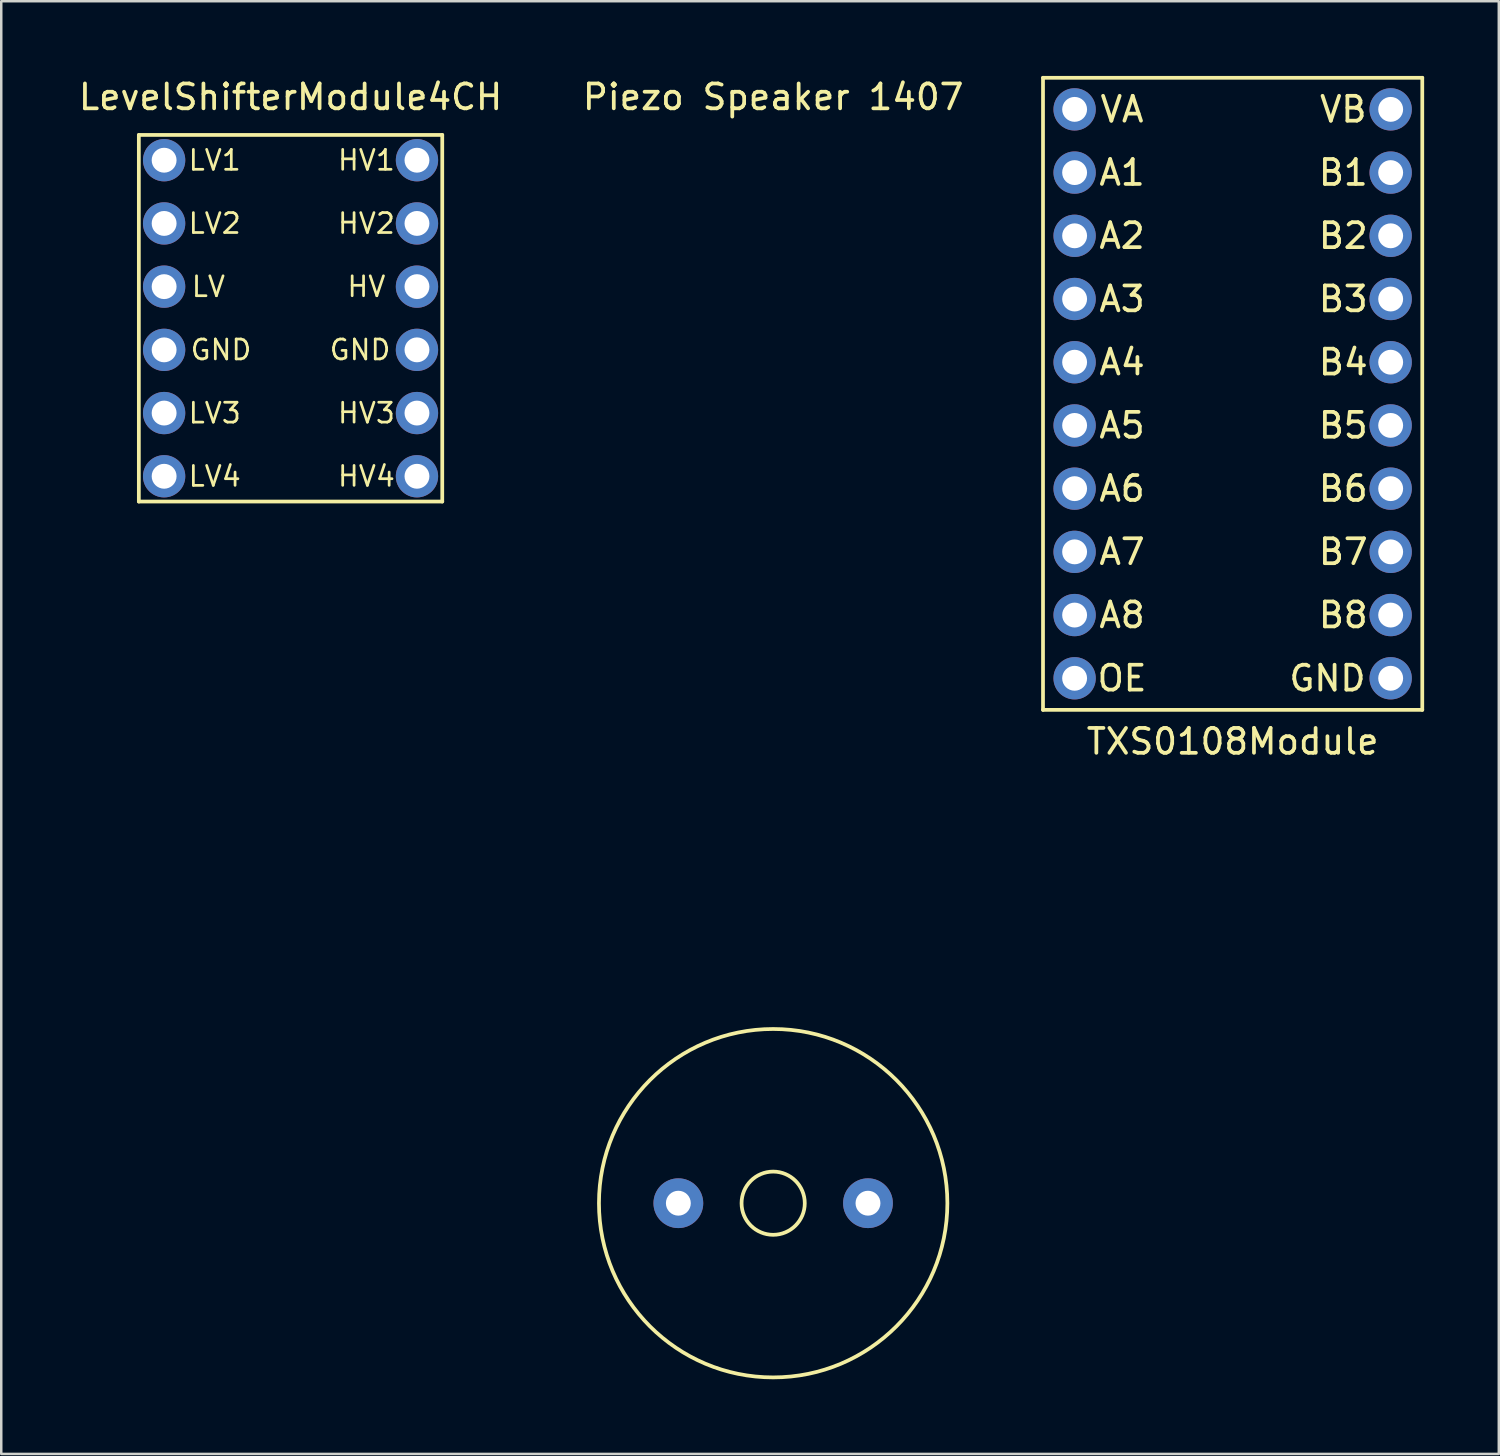
<source format=kicad_pcb>
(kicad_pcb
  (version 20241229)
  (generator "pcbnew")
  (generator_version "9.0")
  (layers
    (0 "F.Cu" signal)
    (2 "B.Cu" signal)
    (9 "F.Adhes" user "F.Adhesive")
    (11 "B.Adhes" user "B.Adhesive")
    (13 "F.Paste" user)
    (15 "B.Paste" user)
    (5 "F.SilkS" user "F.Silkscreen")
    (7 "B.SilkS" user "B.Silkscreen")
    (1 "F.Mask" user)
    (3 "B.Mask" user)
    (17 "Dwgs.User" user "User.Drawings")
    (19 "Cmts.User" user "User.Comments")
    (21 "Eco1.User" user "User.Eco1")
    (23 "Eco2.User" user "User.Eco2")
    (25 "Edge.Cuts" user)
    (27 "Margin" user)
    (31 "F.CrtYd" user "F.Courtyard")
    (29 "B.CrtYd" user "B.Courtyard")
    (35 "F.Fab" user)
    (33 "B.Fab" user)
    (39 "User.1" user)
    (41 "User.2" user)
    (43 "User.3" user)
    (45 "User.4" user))
  (footprint "LevelShifterModule4CH"
    (layer "F.Cu")
    (at 8.625 11.008)
    (property "Reference" "LevelShifterModule4CH" (at 0 -10.16 0) (layer "F.SilkS") (effects (font (size 1 1) (thickness 0.15))))
    (attr through_hole)
    (fp_line (start -6.096 -8.636) (end 6.096 -8.636) (stroke (width 0.15) (type solid)) (layer "F.SilkS"))
    (fp_line (start -6.096 6.096) (end -6.096 -8.636) (stroke (width 0.15) (type solid)) (layer "F.SilkS"))
    (fp_line (start 6.096 -8.636) (end 6.096 6.096) (stroke (width 0.15) (type solid)) (layer "F.SilkS"))
    (fp_line (start 6.096 6.096) (end -6.096 6.096) (stroke (width 0.15) (type solid)) (layer "F.SilkS"))
    (fp_text user "LV" (at -3.302 -2.54 0) (unlocked yes) (layer "F.SilkS") (effects (font (size 0.8 0.8) (thickness 0.11))))
    (fp_text user "HV2" (at 3.048 -5.08 0) (unlocked yes) (layer "F.SilkS") (effects (font (size 0.8 0.8) (thickness 0.11))))
    (fp_text user "LV3" (at -3.048 2.54 0) (unlocked yes) (layer "F.SilkS") (effects (font (size 0.8 0.8) (thickness 0.11))))
    (fp_text user "LV1" (at -3.048 -7.62 0) (unlocked yes) (layer "F.SilkS") (effects (font (size 0.8 0.8) (thickness 0.11))))
    (fp_text user "GND" (at 2.794 0 0) (unlocked yes) (layer "F.SilkS") (effects (font (size 0.8 0.8) (thickness 0.11))))
    (fp_text user "GND" (at -2.794 0 0) (unlocked yes) (layer "F.SilkS") (effects (font (size 0.8 0.8) (thickness 0.11))))
    (fp_text user "HV" (at 3.048 -2.54 0) (unlocked yes) (layer "F.SilkS") (effects (font (size 0.8 0.8) (thickness 0.11))))
    (fp_text user "HV1" (at 3.048 -7.62 0) (unlocked yes) (layer "F.SilkS") (effects (font (size 0.8 0.8) (thickness 0.11))))
    (fp_text user "HV4" (at 3.048 5.08 0) (unlocked yes) (layer "F.SilkS") (effects (font (size 0.8 0.8) (thickness 0.11))))
    (fp_text user "LV2" (at -3.048 -5.08 0) (unlocked yes) (layer "F.SilkS") (effects (font (size 0.8 0.8) (thickness 0.11))))
    (fp_text user "LV4" (at -3.048 5.08 0) (unlocked yes) (layer "F.SilkS") (effects (font (size 0.8 0.8) (thickness 0.11))))
    (fp_text user "HV3" (at 3.048 2.54 0) (unlocked yes) (layer "F.SilkS") (effects (font (size 0.8 0.8) (thickness 0.11))))
    (pad "1" thru_hole circle (at -5.08 -7.62) (size 1.7 1.7) (drill 1) (layers "*.Cu" "*.Mask"))
    (pad "2" thru_hole circle (at -5.08 -5.08) (size 1.7 1.7) (drill 1) (layers "*.Cu" "*.Mask"))
    (pad "3" thru_hole circle (at -5.08 -2.54) (size 1.7 1.7) (drill 1) (layers "*.Cu" "*.Mask"))
    (pad "4" thru_hole circle (at -5.08 0) (size 1.7 1.7) (drill 1) (layers "*.Cu" "*.Mask"))
    (pad "5" thru_hole circle (at -5.08 2.54) (size 1.7 1.7) (drill 1) (layers "*.Cu" "*.Mask"))
    (pad "6" thru_hole circle (at -5.08 5.08) (size 1.7 1.7) (drill 1) (layers "*.Cu" "*.Mask"))
    (pad "7" thru_hole circle (at 5.08 5.08) (size 1.7 1.7) (drill 1) (layers "*.Cu" "*.Mask"))
    (pad "8" thru_hole circle (at 5.08 2.54) (size 1.7 1.7) (drill 1) (layers "*.Cu" "*.Mask"))
    (pad "9" thru_hole circle (at 5.08 0) (size 1.7 1.7) (drill 1) (layers "*.Cu" "*.Mask"))
    (pad "10" thru_hole circle (at 5.08 -2.54) (size 1.7 1.7) (drill 1) (layers "*.Cu" "*.Mask"))
    (pad "11" thru_hole circle (at 5.08 -5.08) (size 1.7 1.7) (drill 1) (layers "*.Cu" "*.Mask"))
    (pad "12" thru_hole circle (at 5.08 -7.62) (size 1.7 1.7) (drill 1) (layers "*.Cu" "*.Mask")))
  (footprint "TXS0108Module"
    (layer "F.Cu")
    (at 46.481 14.045)
    (property "Reference" "TXS0108Module" (at 0 12.7 0) (layer "F.SilkS") (effects (font (size 1 1) (thickness 0.15))))
    (attr through_hole)
    (fp_line (start -7.62 -13.97) (end -7.62 11.43) (stroke (width 0.15) (type solid)) (layer "F.SilkS"))
    (fp_line (start -7.62 11.43) (end 7.62 11.43) (stroke (width 0.15) (type solid)) (layer "F.SilkS"))
    (fp_line (start 7.62 -13.97) (end -7.62 -13.97) (stroke (width 0.15) (type solid)) (layer "F.SilkS"))
    (fp_line (start 7.62 11.43) (end 7.62 -13.97) (stroke (width 0.15) (type solid)) (layer "F.SilkS"))
    (fp_text user "A6" (at -4.445 2.54 0) (unlocked yes) (layer "F.SilkS") (effects (font (size 1 1) (thickness 0.15))))
    (fp_text user "A8" (at -4.445 7.62 0) (unlocked yes) (layer "F.SilkS") (effects (font (size 1 1) (thickness 0.15))))
    (fp_text user "A1" (at -4.445 -10.16 0) (unlocked yes) (layer "F.SilkS") (effects (font (size 1 1) (thickness 0.15))))
    (fp_text user "GND" (at 3.81 10.16 0) (unlocked yes) (layer "F.SilkS") (effects (font (size 1 1) (thickness 0.15))))
    (fp_text user "B2" (at 4.445 -7.62 0) (unlocked yes) (layer "F.SilkS") (effects (font (size 1 1) (thickness 0.15))))
    (fp_text user "B7" (at 4.445 5.08 0) (unlocked yes) (layer "F.SilkS") (effects (font (size 1 1) (thickness 0.15))))
    (fp_text user "A3" (at -4.445 -5.08 0) (unlocked yes) (layer "F.SilkS") (effects (font (size 1 1) (thickness 0.15))))
    (fp_text user "A4" (at -4.445 -2.54 0) (unlocked yes) (layer "F.SilkS") (effects (font (size 1 1) (thickness 0.15))))
    (fp_text user "VA" (at -4.445 -12.7 0) (unlocked yes) (layer "F.SilkS") (effects (font (size 1 1) (thickness 0.15))))
    (fp_text user "B8" (at 4.445 7.62 0) (unlocked yes) (layer "F.SilkS") (effects (font (size 1 1) (thickness 0.15))))
    (fp_text user "B1" (at 4.445 -10.16 0) (unlocked yes) (layer "F.SilkS") (effects (font (size 1 1) (thickness 0.15))))
    (fp_text user "B6" (at 4.445 2.54 0) (unlocked yes) (layer "F.SilkS") (effects (font (size 1 1) (thickness 0.15))))
    (fp_text user "OE" (at -4.445 10.16 0) (unlocked yes) (layer "F.SilkS") (effects (font (size 1 1) (thickness 0.15))))
    (fp_text user "A5" (at -4.445 0 0) (unlocked yes) (layer "F.SilkS") (effects (font (size 1 1) (thickness 0.15))))
    (fp_text user "VB" (at 4.445 -12.7 0) (unlocked yes) (layer "F.SilkS") (effects (font (size 1 1) (thickness 0.15))))
    (fp_text user "B3" (at 4.445 -5.08 0) (unlocked yes) (layer "F.SilkS") (effects (font (size 1 1) (thickness 0.15))))
    (fp_text user "A7" (at -4.445 5.08 0) (unlocked yes) (layer "F.SilkS") (effects (font (size 1 1) (thickness 0.15))))
    (fp_text user "B5" (at 4.445 0 0) (unlocked yes) (layer "F.SilkS") (effects (font (size 1 1) (thickness 0.15))))
    (fp_text user "A2" (at -4.445 -7.62 0) (unlocked yes) (layer "F.SilkS") (effects (font (size 1 1) (thickness 0.15))))
    (fp_text user "B4" (at 4.445 -2.54 0) (unlocked yes) (layer "F.SilkS") (effects (font (size 1 1) (thickness 0.15))))
    (pad "1" thru_hole circle (at -6.35 -10.16) (size 1.7 1.7) (drill 1) (layers "*.Cu" "*.Mask"))
    (pad "2" thru_hole circle (at -6.35 -12.7) (size 1.7 1.7) (drill 1) (layers "*.Cu" "*.Mask"))
    (pad "3" thru_hole circle (at -6.35 -7.62) (size 1.7 1.7) (drill 1) (layers "*.Cu" "*.Mask"))
    (pad "4" thru_hole circle (at -6.35 -5.08) (size 1.7 1.7) (drill 1) (layers "*.Cu" "*.Mask"))
    (pad "5" thru_hole circle (at -6.35 -2.54) (size 1.7 1.7) (drill 1) (layers "*.Cu" "*.Mask"))
    (pad "6" thru_hole circle (at -6.35 0) (size 1.7 1.7) (drill 1) (layers "*.Cu" "*.Mask"))
    (pad "7" thru_hole circle (at -6.35 2.54) (size 1.7 1.7) (drill 1) (layers "*.Cu" "*.Mask"))
    (pad "8" thru_hole circle (at -6.35 5.08) (size 1.7 1.7) (drill 1) (layers "*.Cu" "*.Mask"))
    (pad "9" thru_hole circle (at -6.35 7.62) (size 1.7 1.7) (drill 1) (layers "*.Cu" "*.Mask"))
    (pad "10" thru_hole circle (at -6.35 10.16) (size 1.7 1.7) (drill 1) (layers "*.Cu" "*.Mask"))
    (pad "11" thru_hole circle (at 6.35 10.16) (size 1.7 1.7) (drill 1) (layers "*.Cu" "*.Mask"))
    (pad "12" thru_hole circle (at 6.35 7.62) (size 1.7 1.7) (drill 1) (layers "*.Cu" "*.Mask"))
    (pad "13" thru_hole circle (at 6.35 5.08) (size 1.7 1.7) (drill 1) (layers "*.Cu" "*.Mask"))
    (pad "14" thru_hole circle (at 6.35 2.54) (size 1.7 1.7) (drill 1) (layers "*.Cu" "*.Mask"))
    (pad "15" thru_hole circle (at 6.35 0) (size 1.7 1.7) (drill 1) (layers "*.Cu" "*.Mask"))
    (pad "16" thru_hole circle (at 6.35 -2.54) (size 1.7 1.7) (drill 1) (layers "*.Cu" "*.Mask"))
    (pad "17" thru_hole circle (at 6.35 -5.08) (size 1.7 1.7) (drill 1) (layers "*.Cu" "*.Mask"))
    (pad "18" thru_hole circle (at 6.35 -7.62) (size 1.7 1.7) (drill 1) (layers "*.Cu" "*.Mask"))
    (pad "19" thru_hole circle (at 6.35 -12.7) (size 1.7 1.7) (drill 1) (layers "*.Cu" "*.Mask"))
    (pad "20" thru_hole circle (at 6.35 -10.16) (size 1.7 1.7) (drill 1) (layers "*.Cu" "*.Mask")))
  (footprint "Piezo Speaker 1407"
    (layer "F.Cu")
    (at 28.018 45.298)
    (property "Reference" "Piezo Speaker 1407" (at 0 -44.45 0) (layer "F.SilkS") (effects (font (size 1 1) (thickness 0.15))))
    (attr through_hole)
    (fp_circle (center 0 0) (end 1.27 0) (stroke (width 0.15) (type solid)) (fill no) (layer "F.SilkS"))
    (fp_circle (center 0 0) (end 7 0) (stroke (width 0.15) (type solid)) (fill no) (layer "F.SilkS"))
    (pad "1" thru_hole circle (at -3.81 0) (size 2 2) (drill 1) (layers "*.Cu" "*.Mask"))
    (pad "2" thru_hole circle (at 3.81 0) (size 2 2) (drill 1) (layers "*.Cu" "*.Mask")))
  (gr_rect
    (start -3 -3)
    (end 57.176 55.373)
    (stroke (width 0.1) (type default))
    (fill no)
    (layer "Edge.Cuts")))
</source>
